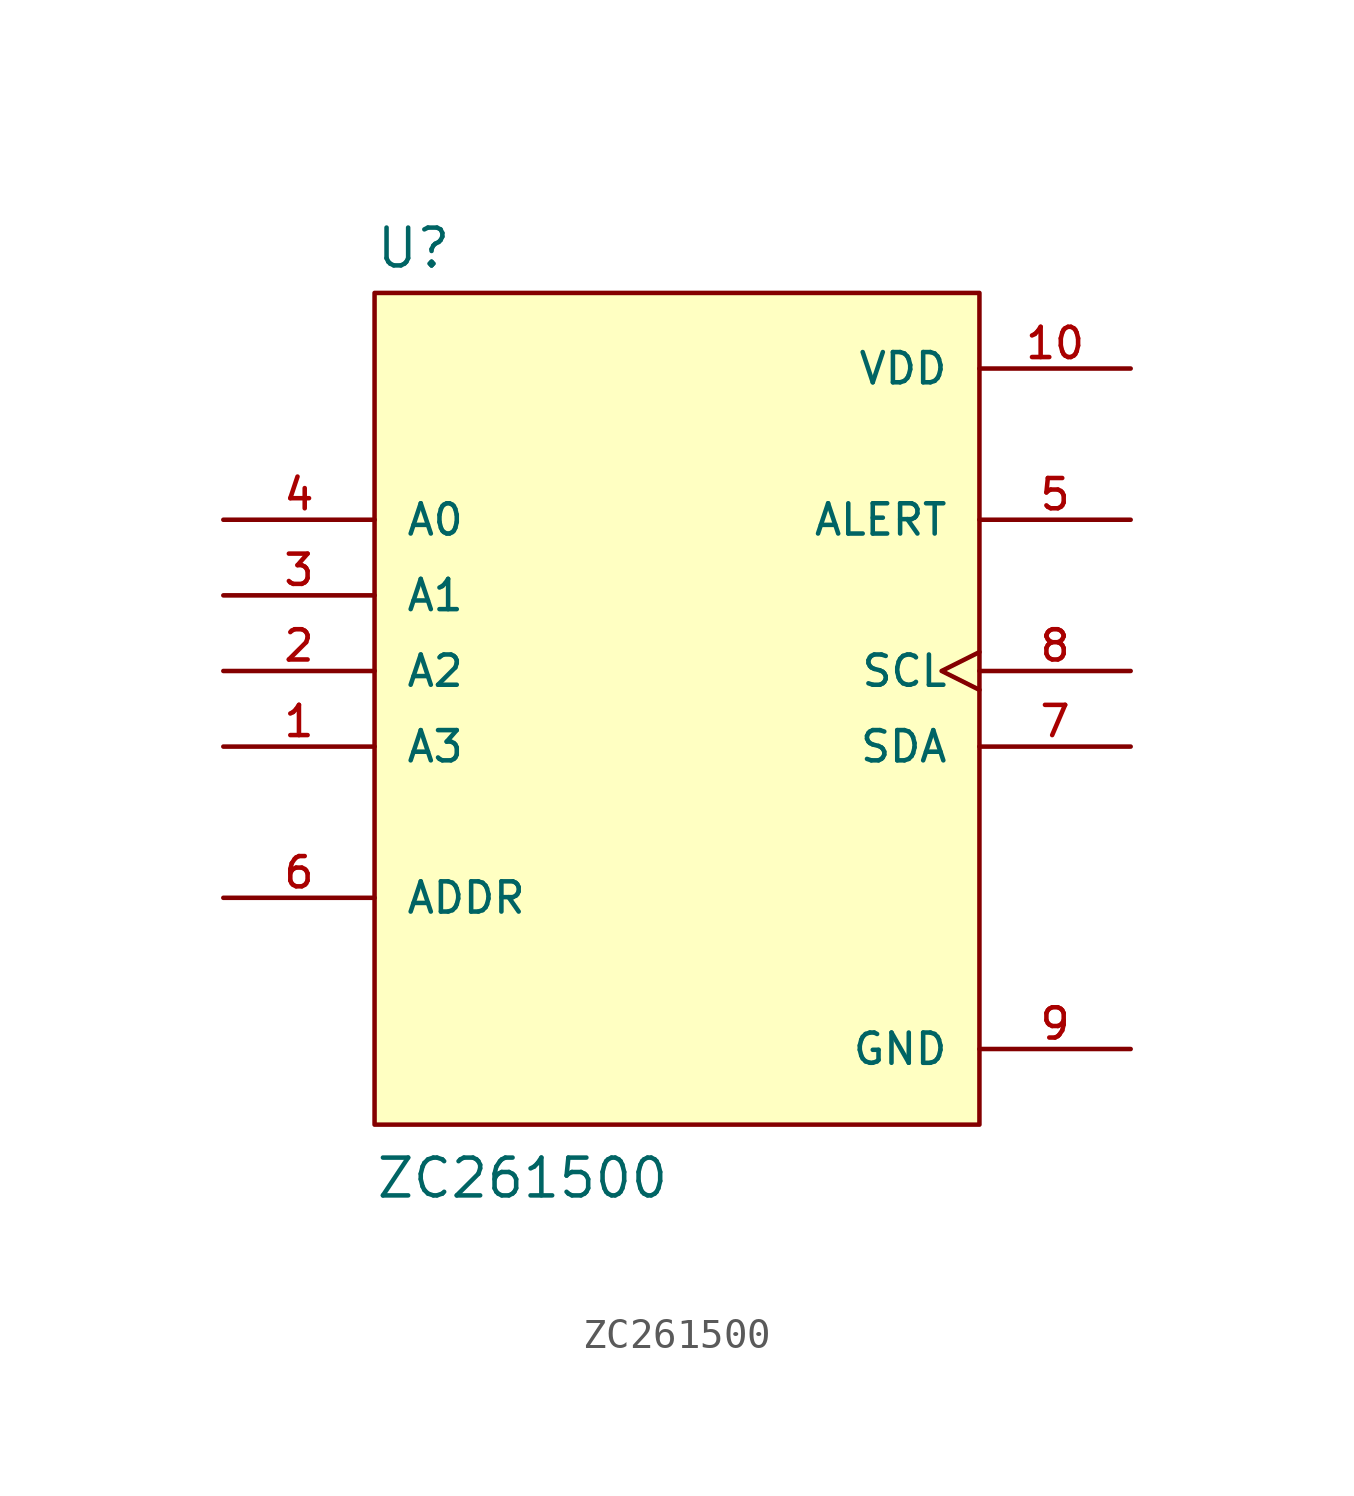
<source format=kicad_sym>
(kicad_symbol_lib
  (version 20211014)
  (generator kicad_symbol_editor)
  (symbol "ZC261500"
    (pin_names
      (offset 1.016))
    (property "Reference" "U"
      (at -10.16 16.002 0)
      (effects (font (size 1.27 1.27)) (justify bottom left)))
    (property "Value" "ZC261500"
      (at -10.16 -15.24 0)
      (effects (font (size 1.27 1.27)) (justify bottom left)))
    (symbol "ZC261500_0_0"
      (rectangle (start -10.16 -12.7) (end 10.16 15.24) (stroke (width 0.152)) (fill (type background)))
      (pin input line (at -15.24 7.62 0) (length 5.08) (name "A0" (effects (font (size 1.016 1.016)))) (number "4" (effects (font (size 1.016 1.016)))))
      (pin input line (at -15.24 5.08 0) (length 5.08) (name "A1" (effects (font (size 1.016 1.016)))) (number "3" (effects (font (size 1.016 1.016)))))
      (pin input line (at -15.24 2.54 0) (length 5.08) (name "A2" (effects (font (size 1.016 1.016)))) (number "2" (effects (font (size 1.016 1.016)))))
      (pin input line (at -15.24 0.0 0) (length 5.08) (name "A3" (effects (font (size 1.016 1.016)))) (number "1" (effects (font (size 1.016 1.016)))))
      (pin input line (at -15.24 -5.08 0) (length 5.08) (name "ADDR" (effects (font (size 1.016 1.016)))) (number "6" (effects (font (size 1.016 1.016)))))
      (pin bidirectional line (at 15.24 7.62 180.0) (length 5.08) (name "ALERT" (effects (font (size 1.016 1.016)))) (number "5" (effects (font (size 1.016 1.016)))))
      (pin input clock (at 15.24 2.54 180.0) (length 5.08) (name "SCL" (effects (font (size 1.016 1.016)))) (number "8" (effects (font (size 1.016 1.016)))))
      (pin bidirectional line (at 15.24 0.0 180.0) (length 5.08) (name "SDA" (effects (font (size 1.016 1.016)))) (number "7" (effects (font (size 1.016 1.016)))))
      (pin power_in line (at 15.24 12.7 180.0) (length 5.08) (name "VDD" (effects (font (size 1.016 1.016)))) (number "10" (effects (font (size 1.016 1.016)))))
      (pin power_in line (at 15.24 -10.16 180.0) (length 5.08) (name "GND" (effects (font (size 1.016 1.016)))) (number "9" (effects (font (size 1.016 1.016))))))))
</source>
